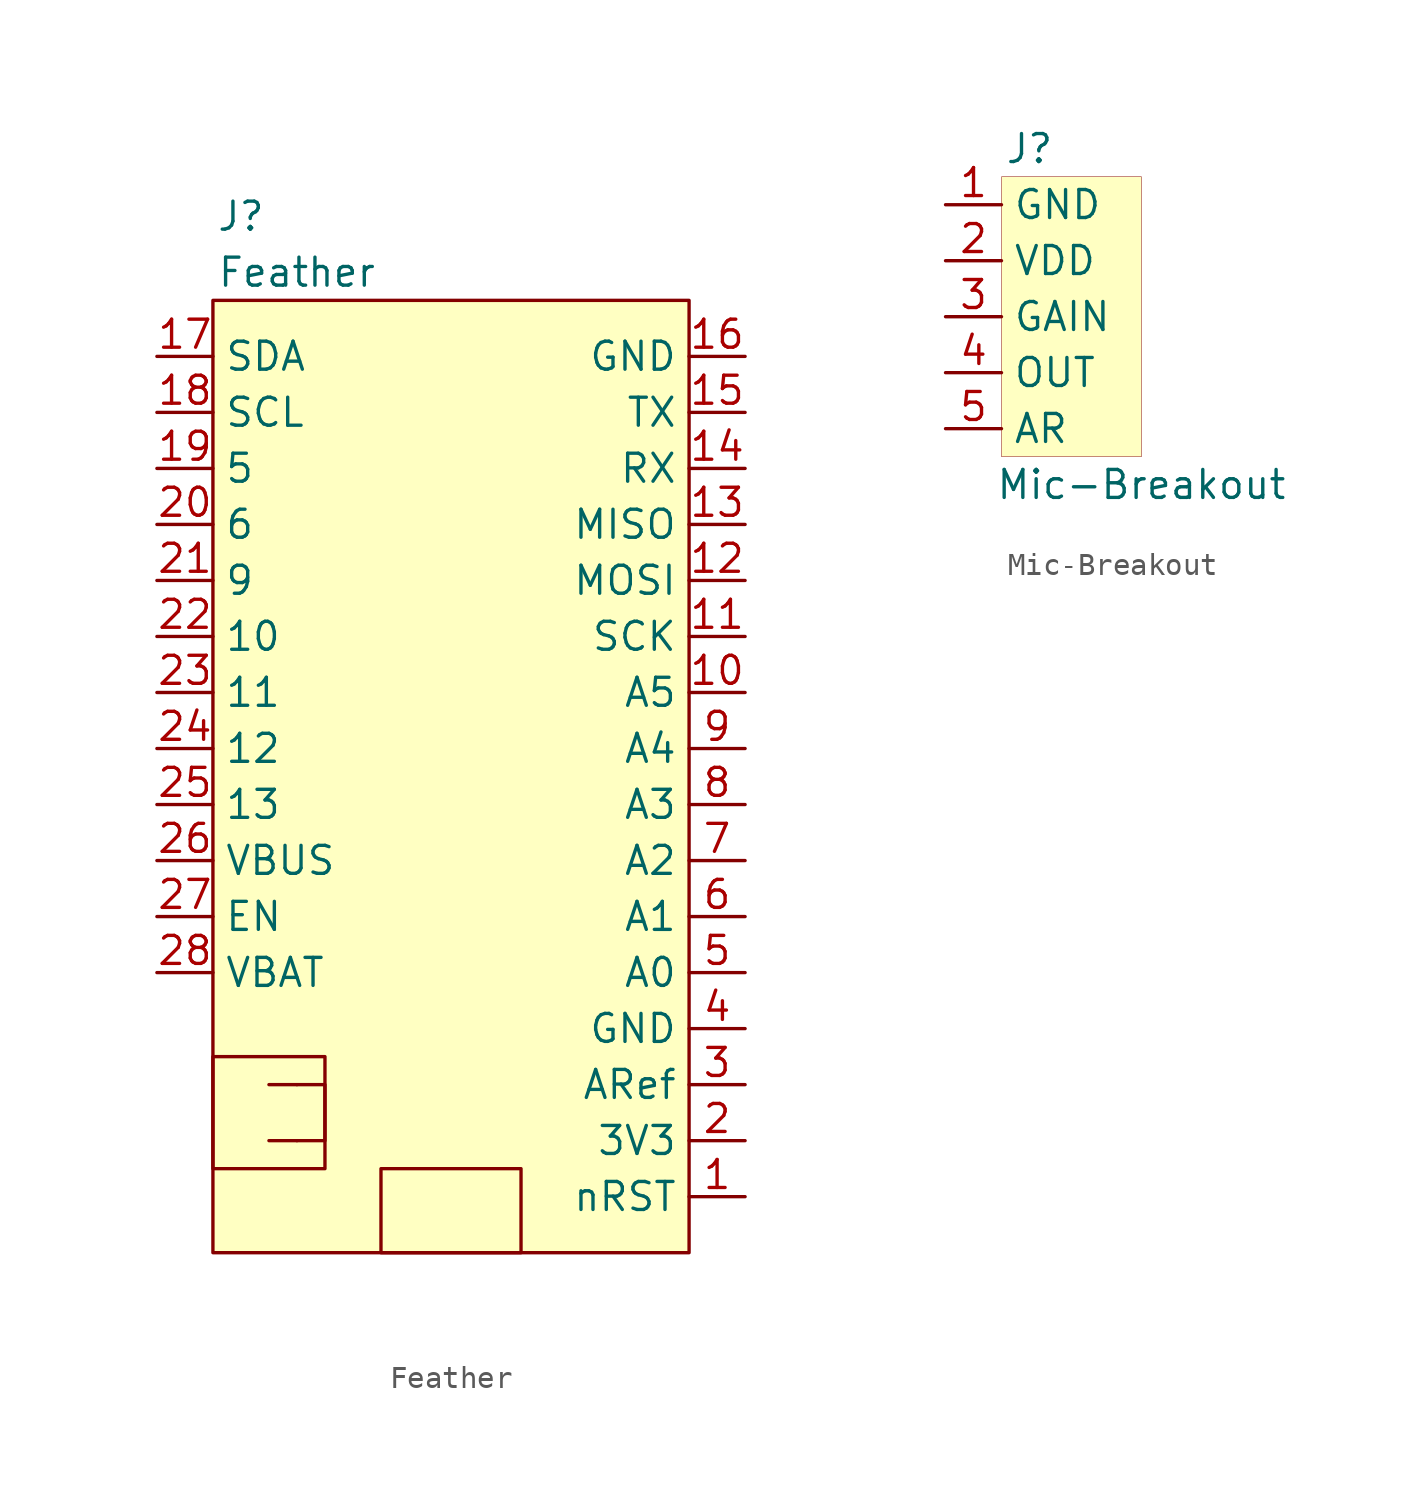
<source format=kicad_sym>
(kicad_symbol_lib
  (version 20201005)
  (generator kicad_symbol_editor)
  (symbol "ehd:Feather"
    (property "Reference" "J"
      (at -8.89 24.13 0)
      (effects (font (size 1.27 1.27))))
    (property "Value" "Feather"
      (at -6.35 21.59 0)
      (effects (font (size 1.27 1.27))))
    (symbol "Feather_0_1"
      (rectangle (start -10.16 -13.97) (end -5.08 -19.05) (stroke (width 0)) (fill (type none)))
      (rectangle (start -10.16 20.32) (end 11.43 -22.86) (stroke (width 0)) (fill (type background)))
      (rectangle (start -2.54 -19.05) (end 3.81 -22.86) (stroke (width 0)) (fill (type none)))
      (polyline (pts (xy -7.62 -17.78) (xy -6.35 -17.78)) (stroke (width 0)) (fill (type none)))
      (polyline (pts (xy -7.62 -15.24) (xy -6.35 -15.24)) (stroke (width 0)) (fill (type none)))
      (polyline (pts (xy -6.35 -15.24) (xy -5.08 -15.24) (xy -5.08 -17.78) (xy -6.35 -17.78)) (stroke (width 0)) (fill (type none))))
    (symbol "Feather_1_1"
      (pin bidirectional line (at 13.97 -20.32 180) (length 2.54) (name "nRST" (effects (font (size 1.27 1.27)))) (number "1" (effects (font (size 1.27 1.27)))))
      (pin bidirectional line (at 13.97 2.54 180) (length 2.54) (name "A5" (effects (font (size 1.27 1.27)))) (number "10" (effects (font (size 1.27 1.27)))))
      (pin bidirectional line (at 13.97 5.08 180) (length 2.54) (name "SCK" (effects (font (size 1.27 1.27)))) (number "11" (effects (font (size 1.27 1.27)))))
      (pin bidirectional line (at 13.97 7.62 180) (length 2.54) (name "MOSI" (effects (font (size 1.27 1.27)))) (number "12" (effects (font (size 1.27 1.27)))))
      (pin bidirectional line (at 13.97 10.16 180) (length 2.54) (name "MISO" (effects (font (size 1.27 1.27)))) (number "13" (effects (font (size 1.27 1.27)))))
      (pin bidirectional line (at 13.97 12.7 180) (length 2.54) (name "RX" (effects (font (size 1.27 1.27)))) (number "14" (effects (font (size 1.27 1.27)))))
      (pin bidirectional line (at 13.97 15.24 180) (length 2.54) (name "TX" (effects (font (size 1.27 1.27)))) (number "15" (effects (font (size 1.27 1.27)))))
      (pin power_out line (at 13.97 17.78 180) (length 2.54) (name "GND" (effects (font (size 1.27 1.27)))) (number "16" (effects (font (size 1.27 1.27)))))
      (pin bidirectional line (at -12.7 17.78 0) (length 2.54) (name "SDA" (effects (font (size 1.27 1.27)))) (number "17" (effects (font (size 1.27 1.27)))))
      (pin bidirectional line (at -12.7 15.24 0) (length 2.54) (name "SCL" (effects (font (size 1.27 1.27)))) (number "18" (effects (font (size 1.27 1.27)))))
      (pin bidirectional line (at -12.7 12.7 0) (length 2.54) (name "5" (effects (font (size 1.27 1.27)))) (number "19" (effects (font (size 1.27 1.27)))))
      (pin power_out line (at 13.97 -17.78 180) (length 2.54) (name "3V3" (effects (font (size 1.27 1.27)))) (number "2" (effects (font (size 1.27 1.27)))))
      (pin bidirectional line (at -12.7 10.16 0) (length 2.54) (name "6" (effects (font (size 1.27 1.27)))) (number "20" (effects (font (size 1.27 1.27)))))
      (pin bidirectional line (at -12.7 7.62 0) (length 2.54) (name "9" (effects (font (size 1.27 1.27)))) (number "21" (effects (font (size 1.27 1.27)))))
      (pin bidirectional line (at -12.7 5.08 0) (length 2.54) (name "10" (effects (font (size 1.27 1.27)))) (number "22" (effects (font (size 1.27 1.27)))))
      (pin bidirectional line (at -12.7 2.54 0) (length 2.54) (name "11" (effects (font (size 1.27 1.27)))) (number "23" (effects (font (size 1.27 1.27)))))
      (pin bidirectional line (at -12.7 0 0) (length 2.54) (name "12" (effects (font (size 1.27 1.27)))) (number "24" (effects (font (size 1.27 1.27)))))
      (pin bidirectional line (at -12.7 -2.54 0) (length 2.54) (name "13" (effects (font (size 1.27 1.27)))) (number "25" (effects (font (size 1.27 1.27)))))
      (pin power_out line (at -12.7 -5.08 0) (length 2.54) (name "VBUS" (effects (font (size 1.27 1.27)))) (number "26" (effects (font (size 1.27 1.27)))))
      (pin bidirectional line (at -12.7 -7.62 0) (length 2.54) (name "EN" (effects (font (size 1.27 1.27)))) (number "27" (effects (font (size 1.27 1.27)))))
      (pin power_in line (at -12.7 -10.16 0) (length 2.54) (name "VBAT" (effects (font (size 1.27 1.27)))) (number "28" (effects (font (size 1.27 1.27)))))
      (pin bidirectional line (at 13.97 -15.24 180) (length 2.54) (name "ARef" (effects (font (size 1.27 1.27)))) (number "3" (effects (font (size 1.27 1.27)))))
      (pin power_in line (at 13.97 -12.7 180) (length 2.54) (name "GND" (effects (font (size 1.27 1.27)))) (number "4" (effects (font (size 1.27 1.27)))))
      (pin bidirectional line (at 13.97 -10.16 180) (length 2.54) (name "A0" (effects (font (size 1.27 1.27)))) (number "5" (effects (font (size 1.27 1.27)))))
      (pin bidirectional line (at 13.97 -7.62 180) (length 2.54) (name "A1" (effects (font (size 1.27 1.27)))) (number "6" (effects (font (size 1.27 1.27)))))
      (pin bidirectional line (at 13.97 -5.08 180) (length 2.54) (name "A2" (effects (font (size 1.27 1.27)))) (number "7" (effects (font (size 1.27 1.27)))))
      (pin bidirectional line (at 13.97 -2.54 180) (length 2.54) (name "A3" (effects (font (size 1.27 1.27)))) (number "8" (effects (font (size 1.27 1.27)))))
      (pin bidirectional line (at 13.97 0 180) (length 2.54) (name "A4" (effects (font (size 1.27 1.27)))) (number "9" (effects (font (size 1.27 1.27)))))))
  (symbol "ehd:Mic-Breakout"
    (property "Reference" "J"
      (at -1.27 7.62 0)
      (effects (font (size 1.27 1.27))))
    (property "Value" "Mic-Breakout"
      (at 3.81 -7.62 0)
      (effects (font (size 1.27 1.27))))
    (symbol "Mic-Breakout_0_1"
      (rectangle (start -2.54 6.35) (end 3.81 -6.35) (stroke (width 0.001)) (fill (type background))))
    (symbol "Mic-Breakout_1_1"
      (pin bidirectional line (at -5.08 5.08 0) (length 2.54) (name "GND" (effects (font (size 1.27 1.27)))) (number "1" (effects (font (size 1.27 1.27)))))
      (pin bidirectional line (at -5.08 2.54 0) (length 2.54) (name "VDD" (effects (font (size 1.27 1.27)))) (number "2" (effects (font (size 1.27 1.27)))))
      (pin bidirectional line (at -5.08 0 0) (length 2.54) (name "GAIN" (effects (font (size 1.27 1.27)))) (number "3" (effects (font (size 1.27 1.27)))))
      (pin bidirectional line (at -5.08 -2.54 0) (length 2.54) (name "OUT" (effects (font (size 1.27 1.27)))) (number "4" (effects (font (size 1.27 1.27)))))
      (pin bidirectional line (at -5.08 -5.08 0) (length 2.54) (name "AR" (effects (font (size 1.27 1.27)))) (number "5" (effects (font (size 1.27 1.27))))))))
</source>
